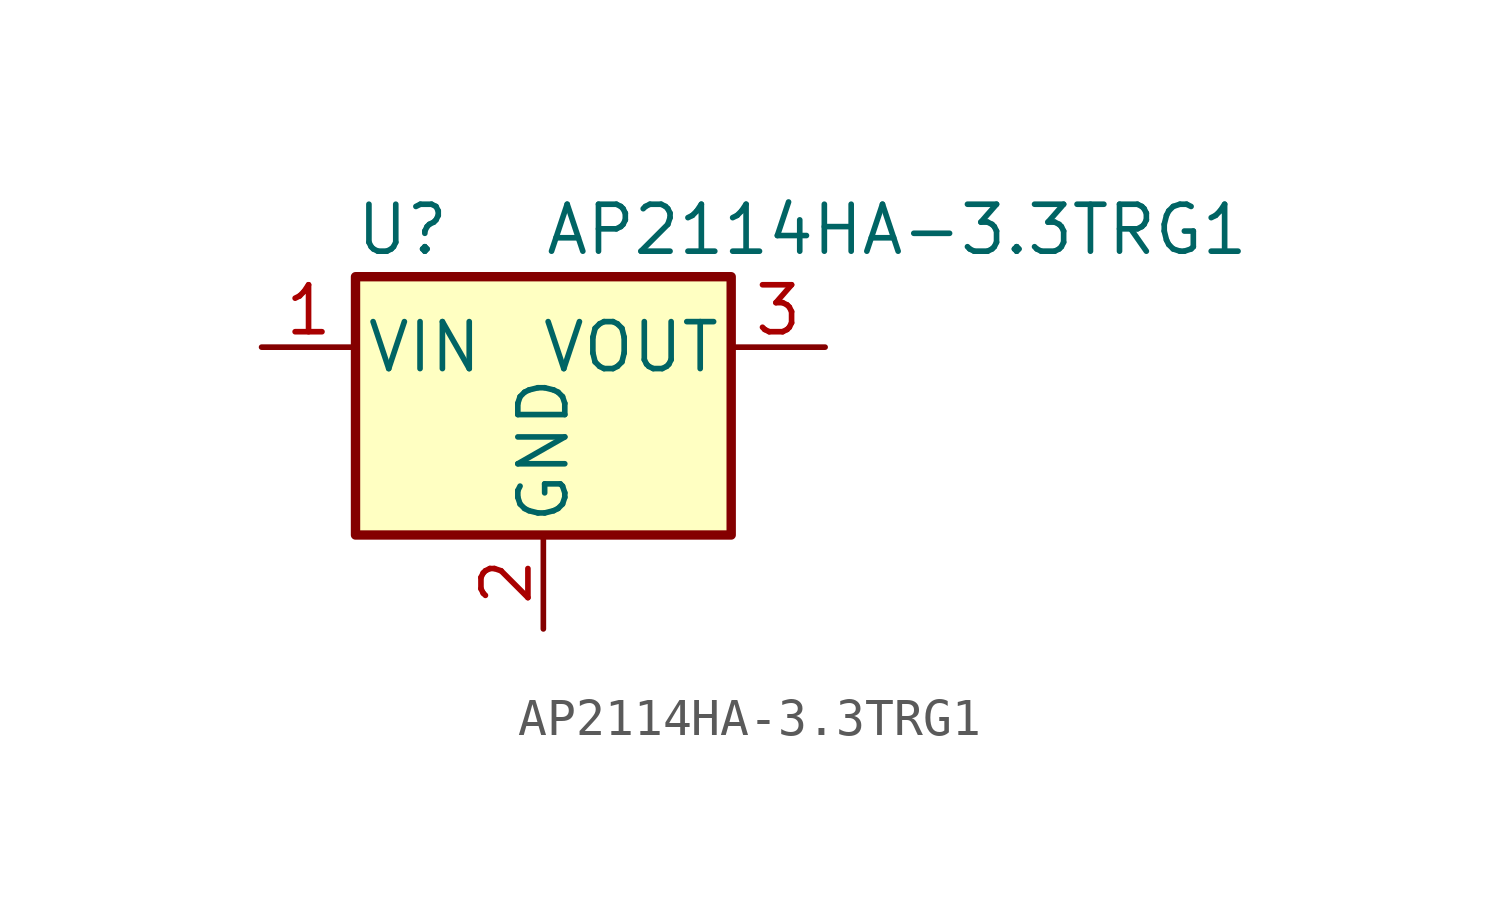
<source format=kicad_sym>
(kicad_symbol_lib
  (version 20211014)
  (generator kicad_symbol_editor)
  (symbol "AP2114HA-3.3TRG1"
    (pin_names
      (offset 0.254))
    (property "Reference" "U"
      (at -3.81 3.175 0)
      (effects (font (size 1.27 1.27))))
    (property "Value" "AP2114HA-3.3TRG1"
      (at 0 3.175 0)
      (effects (font (size 1.27 1.27)) (justify left)))
    (symbol "AP2114HA-3.3TRG1_0_1"
      (rectangle (start -5.08 -5.08) (end 5.08 1.905) (stroke (width 0.254) (type default) (color 0 0 0 0)) (fill (type background))))
    (symbol "AP2114HA-3.3TRG1_1_1"
      (pin power_in line (at -7.62 0 0) (length 2.54) (name "VIN" (effects (font (size 1.27 1.27)))) (number "1" (effects (font (size 1.27 1.27)))))
      (pin power_in line (at 0 -7.62 90) (length 2.54) (name "GND" (effects (font (size 1.27 1.27)))) (number "2" (effects (font (size 1.27 1.27)))))
      (pin power_out line (at 7.62 0 180) (length 2.54) (name "VOUT" (effects (font (size 1.27 1.27)))) (number "3" (effects (font (size 1.27 1.27))))))))
</source>
